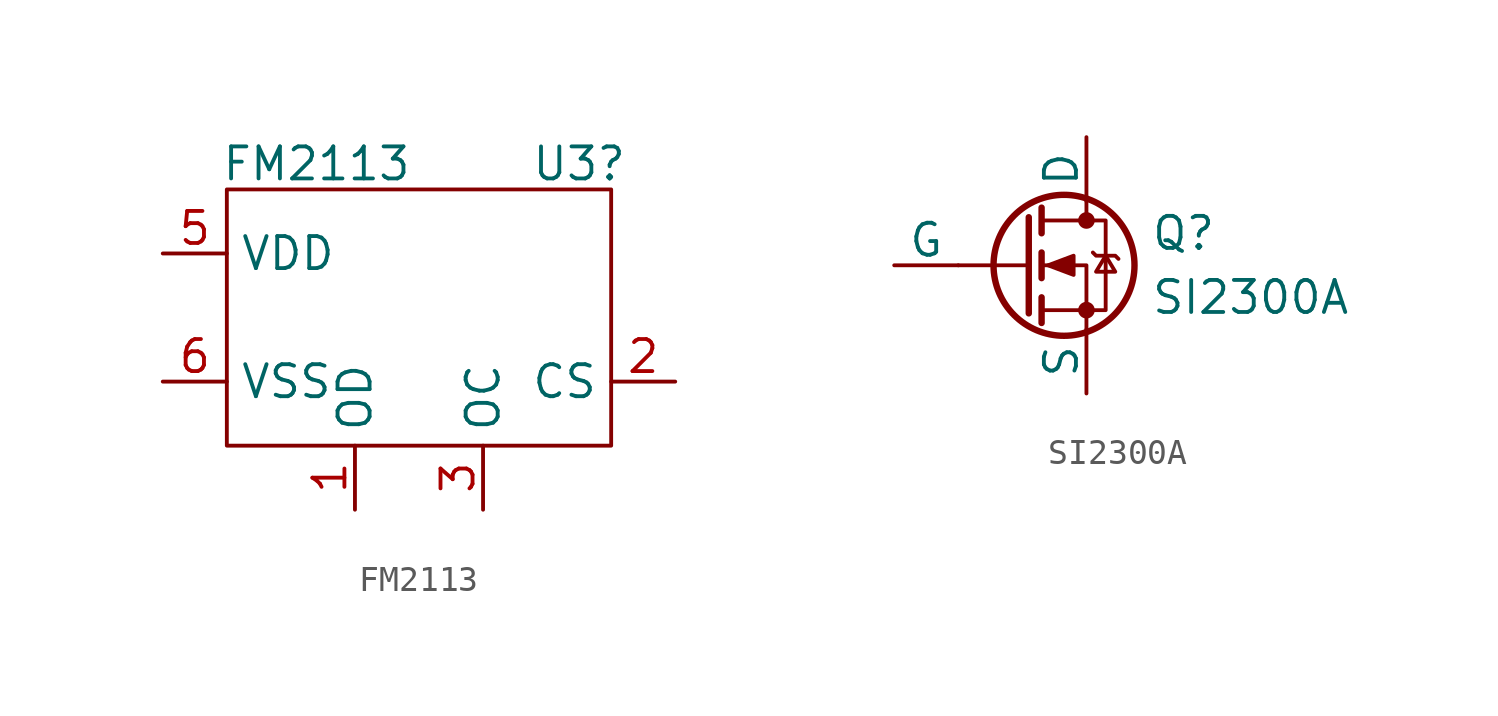
<source format=kicad_sym>
(kicad_symbol_lib
  (version 20241209)
  (generator "kicad_symbol_editor")
  (generator_version "9.0")
  (symbol "FM2113"
    (property "Reference" "U3"
      (at 7.62 -0.254 0)
      (effects (font (size 1.27 1.27))))
    (property "Value" "FM2113"
      (at -2.794 -0.254 0)
      (effects (font (size 1.27 1.27))))
    (symbol "FM2113_0_1"
      (rectangle (start -6.35 -1.27) (end 8.89 -11.43) (stroke (width 0) (type default)) (fill (type none))))
    (symbol "FM2113_1_1"
      (pin input line (at -8.89 -3.81 0) (length 2.54) (name "VDD" (effects (font (size 1.27 1.27)))) (number "5" (effects (font (size 1.27 1.27)))))
      (pin input line (at -8.89 -8.89 0) (length 2.54) (name "VSS" (effects (font (size 1.27 1.27)))) (number "6" (effects (font (size 1.27 1.27)))))
      (pin output line (at -1.27 -13.97 90) (length 2.54) (name "OD" (effects (font (size 1.27 1.27)))) (number "1" (effects (font (size 1.27 1.27)))))
      (pin output line (at 3.81 -13.97 90) (length 2.54) (name "OC" (effects (font (size 1.27 1.27)))) (number "3" (effects (font (size 1.27 1.27)))))
      (pin input line (at 11.43 -8.89 180) (length 2.54) (name "CS" (effects (font (size 1.27 1.27)))) (number "2" (effects (font (size 1.27 1.27)))))))
  (symbol "SI2300A"
    (pin_numbers
      (hide yes))
    (pin_names
      (offset 0))
    (property "Reference" "Q"
      (at 5.08 1.27 0)
      (effects (font (size 1.27 1.27)) (justify left)))
    (property "Value" "SI2300A"
      (at 5.08 -1.27 0)
      (effects (font (size 1.27 1.27)) (justify left)))
    (symbol "SI2300A_0_1"
      (polyline (pts (xy 0.254 1.905) (xy 0.254 -1.905)) (stroke (width 0.254) (type default)) (fill (type none)))
      (polyline (pts (xy 0.254 0) (xy -2.54 0)) (stroke (width 0) (type default)) (fill (type none)))
      (polyline (pts (xy 0.762 2.286) (xy 0.762 1.27)) (stroke (width 0.254) (type default)) (fill (type none)))
      (polyline (pts (xy 0.762 0.508) (xy 0.762 -0.508)) (stroke (width 0.254) (type default)) (fill (type none)))
      (polyline (pts (xy 0.762 -1.27) (xy 0.762 -2.286)) (stroke (width 0.254) (type default)) (fill (type none)))
      (polyline (pts (xy 0.762 -1.778) (xy 3.302 -1.778) (xy 3.302 1.778) (xy 0.762 1.778)) (stroke (width 0) (type default)) (fill (type none)))
      (polyline (pts (xy 1.016 0) (xy 2.032 0.381) (xy 2.032 -0.381) (xy 1.016 0)) (stroke (width 0) (type default)) (fill (type outline)))
      (circle (center 1.651 0) (radius 2.794) (stroke (width 0.254) (type default)) (fill (type none)))
      (polyline (pts (xy 2.54 2.54) (xy 2.54 1.778)) (stroke (width 0) (type default)) (fill (type none)))
      (circle (center 2.54 1.778) (radius 0.254) (stroke (width 0) (type default)) (fill (type outline)))
      (circle (center 2.54 -1.778) (radius 0.254) (stroke (width 0) (type default)) (fill (type outline)))
      (polyline (pts (xy 2.54 -2.54) (xy 2.54 0) (xy 0.762 0)) (stroke (width 0) (type default)) (fill (type none)))
      (polyline (pts (xy 2.794 0.508) (xy 2.921 0.381) (xy 3.683 0.381) (xy 3.81 0.254)) (stroke (width 0) (type default)) (fill (type none)))
      (polyline (pts (xy 3.302 0.381) (xy 2.921 -0.254) (xy 3.683 -0.254) (xy 3.302 0.381)) (stroke (width 0) (type default)) (fill (type none))))
    (symbol "SI2300A_1_1"
      (pin input line (at -5.08 0 0) (length 2.54) (name "G" (effects (font (size 1.27 1.27)))) (number "1" (effects (font (size 1.27 1.27)))))
      (pin passive line (at 2.54 5.08 270) (length 2.54) (name "D" (effects (font (size 1.27 1.27)))) (number "3" (effects (font (size 1.27 1.27)))))
      (pin passive line (at 2.54 -5.08 90) (length 2.54) (name "S" (effects (font (size 1.27 1.27)))) (number "2" (effects (font (size 1.27 1.27))))))))
</source>
